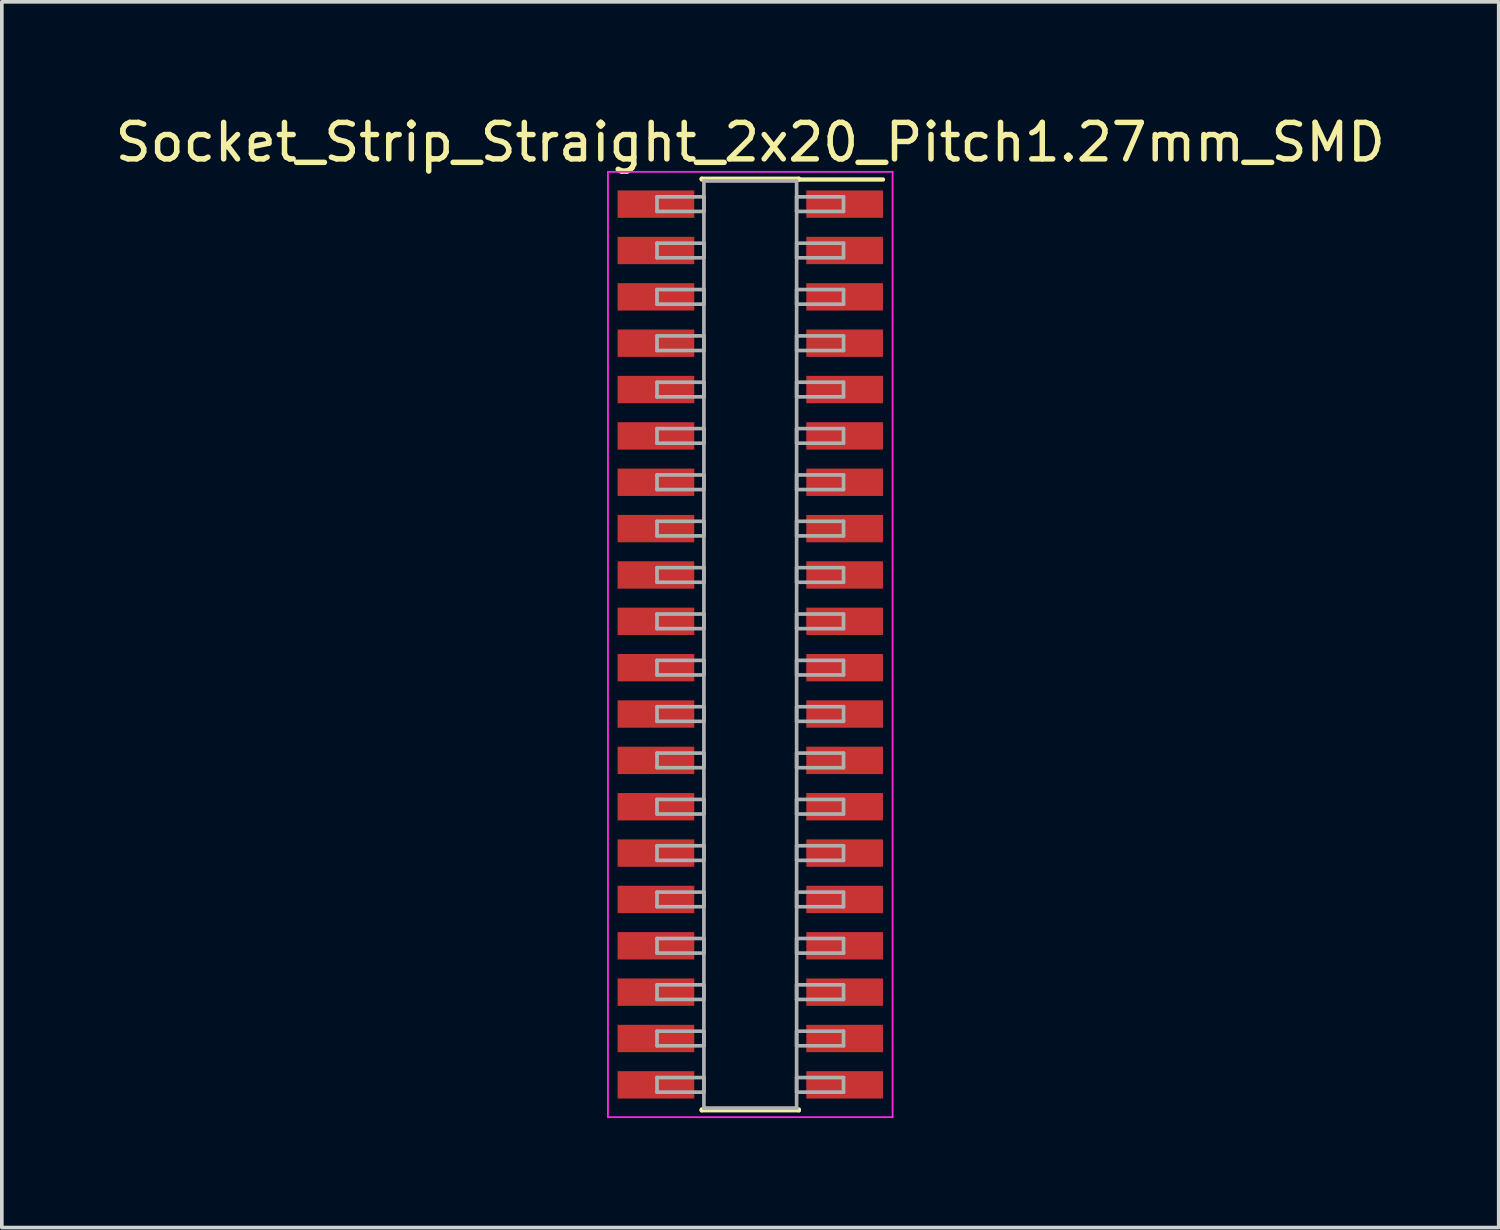
<source format=kicad_pcb>
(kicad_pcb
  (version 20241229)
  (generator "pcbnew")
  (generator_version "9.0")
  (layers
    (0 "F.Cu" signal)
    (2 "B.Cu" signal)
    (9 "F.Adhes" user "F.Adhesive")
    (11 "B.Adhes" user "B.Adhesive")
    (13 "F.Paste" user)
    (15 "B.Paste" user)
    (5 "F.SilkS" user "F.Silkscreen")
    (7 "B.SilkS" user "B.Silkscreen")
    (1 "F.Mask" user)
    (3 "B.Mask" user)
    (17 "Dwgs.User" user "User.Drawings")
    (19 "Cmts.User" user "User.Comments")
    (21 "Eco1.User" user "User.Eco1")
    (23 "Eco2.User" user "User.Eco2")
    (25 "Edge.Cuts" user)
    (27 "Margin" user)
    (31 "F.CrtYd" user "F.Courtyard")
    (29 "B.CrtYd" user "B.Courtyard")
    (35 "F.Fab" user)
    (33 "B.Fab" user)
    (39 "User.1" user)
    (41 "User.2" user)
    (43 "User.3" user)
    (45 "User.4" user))
  (footprint "Socket_Strip_Straight_2x20_Pitch1.27mm_SMD"
    (layer "F.Cu")
    (at 17.506 14.608)
    (property "Reference" "Socket_Strip_Straight_2x20_Pitch1.27mm_SMD" (at 0 -13.76 0) (layer "F.SilkS") (effects (font (size 1 1) (thickness 0.15))))
    (attr smd)
    (fp_line (start -1.33 -12.76) (end 1.33 -12.76) (stroke (width 0.12) (type solid)) (layer "F.SilkS"))
    (fp_line (start -1.33 -12.74) (end -1.33 -12.76) (stroke (width 0.12) (type solid)) (layer "F.SilkS"))
    (fp_line (start -1.33 12.74) (end -1.33 12.76) (stroke (width 0.12) (type solid)) (layer "F.SilkS"))
    (fp_line (start -1.33 12.76) (end 1.33 12.76) (stroke (width 0.12) (type solid)) (layer "F.SilkS"))
    (fp_line (start 1.33 -12.76) (end 1.33 -12.74) (stroke (width 0.12) (type solid)) (layer "F.SilkS"))
    (fp_line (start 1.33 12.76) (end 1.33 12.74) (stroke (width 0.12) (type solid)) (layer "F.SilkS"))
    (fp_line (start 3.635 -12.74) (end 1.33 -12.74) (stroke (width 0.12) (type solid)) (layer "F.SilkS"))
    (fp_line (start -3.9 -12.95) (end -3.9 12.95) (stroke (width 0.05) (type solid)) (layer "F.CrtYd"))
    (fp_line (start -3.9 12.95) (end 3.9 12.95) (stroke (width 0.05) (type solid)) (layer "F.CrtYd"))
    (fp_line (start 3.9 -12.95) (end -3.9 -12.95) (stroke (width 0.05) (type solid)) (layer "F.CrtYd"))
    (fp_line (start 3.9 12.95) (end 3.9 -12.95) (stroke (width 0.05) (type solid)) (layer "F.CrtYd"))
    (fp_line (start -2.555 -12.265) (end -1.27 -12.265) (stroke (width 0.1) (type solid)) (layer "F.Fab"))
    (fp_line (start -2.555 -11.865) (end -2.555 -12.265) (stroke (width 0.1) (type solid)) (layer "F.Fab"))
    (fp_line (start -2.555 -10.995) (end -1.27 -10.995) (stroke (width 0.1) (type solid)) (layer "F.Fab"))
    (fp_line (start -2.555 -10.595) (end -2.555 -10.995) (stroke (width 0.1) (type solid)) (layer "F.Fab"))
    (fp_line (start -2.555 -9.725) (end -1.27 -9.725) (stroke (width 0.1) (type solid)) (layer "F.Fab"))
    (fp_line (start -2.555 -9.325) (end -2.555 -9.725) (stroke (width 0.1) (type solid)) (layer "F.Fab"))
    (fp_line (start -2.555 -8.455) (end -1.27 -8.455) (stroke (width 0.1) (type solid)) (layer "F.Fab"))
    (fp_line (start -2.555 -8.055) (end -2.555 -8.455) (stroke (width 0.1) (type solid)) (layer "F.Fab"))
    (fp_line (start -2.555 -7.185) (end -1.27 -7.185) (stroke (width 0.1) (type solid)) (layer "F.Fab"))
    (fp_line (start -2.555 -6.785) (end -2.555 -7.185) (stroke (width 0.1) (type solid)) (layer "F.Fab"))
    (fp_line (start -2.555 -5.915) (end -1.27 -5.915) (stroke (width 0.1) (type solid)) (layer "F.Fab"))
    (fp_line (start -2.555 -5.515) (end -2.555 -5.915) (stroke (width 0.1) (type solid)) (layer "F.Fab"))
    (fp_line (start -2.555 -4.645) (end -1.27 -4.645) (stroke (width 0.1) (type solid)) (layer "F.Fab"))
    (fp_line (start -2.555 -4.245) (end -2.555 -4.645) (stroke (width 0.1) (type solid)) (layer "F.Fab"))
    (fp_line (start -2.555 -3.375) (end -1.27 -3.375) (stroke (width 0.1) (type solid)) (layer "F.Fab"))
    (fp_line (start -2.555 -2.975) (end -2.555 -3.375) (stroke (width 0.1) (type solid)) (layer "F.Fab"))
    (fp_line (start -2.555 -2.105) (end -1.27 -2.105) (stroke (width 0.1) (type solid)) (layer "F.Fab"))
    (fp_line (start -2.555 -1.705) (end -2.555 -2.105) (stroke (width 0.1) (type solid)) (layer "F.Fab"))
    (fp_line (start -2.555 -0.835) (end -1.27 -0.835) (stroke (width 0.1) (type solid)) (layer "F.Fab"))
    (fp_line (start -2.555 -0.435) (end -2.555 -0.835) (stroke (width 0.1) (type solid)) (layer "F.Fab"))
    (fp_line (start -2.555 0.435) (end -1.27 0.435) (stroke (width 0.1) (type solid)) (layer "F.Fab"))
    (fp_line (start -2.555 0.835) (end -2.555 0.435) (stroke (width 0.1) (type solid)) (layer "F.Fab"))
    (fp_line (start -2.555 1.705) (end -1.27 1.705) (stroke (width 0.1) (type solid)) (layer "F.Fab"))
    (fp_line (start -2.555 2.105) (end -2.555 1.705) (stroke (width 0.1) (type solid)) (layer "F.Fab"))
    (fp_line (start -2.555 2.975) (end -1.27 2.975) (stroke (width 0.1) (type solid)) (layer "F.Fab"))
    (fp_line (start -2.555 3.375) (end -2.555 2.975) (stroke (width 0.1) (type solid)) (layer "F.Fab"))
    (fp_line (start -2.555 4.245) (end -1.27 4.245) (stroke (width 0.1) (type solid)) (layer "F.Fab"))
    (fp_line (start -2.555 4.645) (end -2.555 4.245) (stroke (width 0.1) (type solid)) (layer "F.Fab"))
    (fp_line (start -2.555 5.515) (end -1.27 5.515) (stroke (width 0.1) (type solid)) (layer "F.Fab"))
    (fp_line (start -2.555 5.915) (end -2.555 5.515) (stroke (width 0.1) (type solid)) (layer "F.Fab"))
    (fp_line (start -2.555 6.785) (end -1.27 6.785) (stroke (width 0.1) (type solid)) (layer "F.Fab"))
    (fp_line (start -2.555 7.185) (end -2.555 6.785) (stroke (width 0.1) (type solid)) (layer "F.Fab"))
    (fp_line (start -2.555 8.055) (end -1.27 8.055) (stroke (width 0.1) (type solid)) (layer "F.Fab"))
    (fp_line (start -2.555 8.455) (end -2.555 8.055) (stroke (width 0.1) (type solid)) (layer "F.Fab"))
    (fp_line (start -2.555 9.325) (end -1.27 9.325) (stroke (width 0.1) (type solid)) (layer "F.Fab"))
    (fp_line (start -2.555 9.725) (end -2.555 9.325) (stroke (width 0.1) (type solid)) (layer "F.Fab"))
    (fp_line (start -2.555 10.595) (end -1.27 10.595) (stroke (width 0.1) (type solid)) (layer "F.Fab"))
    (fp_line (start -2.555 10.995) (end -2.555 10.595) (stroke (width 0.1) (type solid)) (layer "F.Fab"))
    (fp_line (start -2.555 11.865) (end -1.27 11.865) (stroke (width 0.1) (type solid)) (layer "F.Fab"))
    (fp_line (start -2.555 12.265) (end -2.555 11.865) (stroke (width 0.1) (type solid)) (layer "F.Fab"))
    (fp_line (start -1.27 -12.7) (end -1.27 12.7) (stroke (width 0.1) (type solid)) (layer "F.Fab"))
    (fp_line (start -1.27 -12.265) (end -1.27 -11.865) (stroke (width 0.1) (type solid)) (layer "F.Fab"))
    (fp_line (start -1.27 -11.865) (end -2.555 -11.865) (stroke (width 0.1) (type solid)) (layer "F.Fab"))
    (fp_line (start -1.27 -10.995) (end -1.27 -10.595) (stroke (width 0.1) (type solid)) (layer "F.Fab"))
    (fp_line (start -1.27 -10.595) (end -2.555 -10.595) (stroke (width 0.1) (type solid)) (layer "F.Fab"))
    (fp_line (start -1.27 -9.725) (end -1.27 -9.325) (stroke (width 0.1) (type solid)) (layer "F.Fab"))
    (fp_line (start -1.27 -9.325) (end -2.555 -9.325) (stroke (width 0.1) (type solid)) (layer "F.Fab"))
    (fp_line (start -1.27 -8.455) (end -1.27 -8.055) (stroke (width 0.1) (type solid)) (layer "F.Fab"))
    (fp_line (start -1.27 -8.055) (end -2.555 -8.055) (stroke (width 0.1) (type solid)) (layer "F.Fab"))
    (fp_line (start -1.27 -7.185) (end -1.27 -6.785) (stroke (width 0.1) (type solid)) (layer "F.Fab"))
    (fp_line (start -1.27 -6.785) (end -2.555 -6.785) (stroke (width 0.1) (type solid)) (layer "F.Fab"))
    (fp_line (start -1.27 -5.915) (end -1.27 -5.515) (stroke (width 0.1) (type solid)) (layer "F.Fab"))
    (fp_line (start -1.27 -5.515) (end -2.555 -5.515) (stroke (width 0.1) (type solid)) (layer "F.Fab"))
    (fp_line (start -1.27 -4.645) (end -1.27 -4.245) (stroke (width 0.1) (type solid)) (layer "F.Fab"))
    (fp_line (start -1.27 -4.245) (end -2.555 -4.245) (stroke (width 0.1) (type solid)) (layer "F.Fab"))
    (fp_line (start -1.27 -3.375) (end -1.27 -2.975) (stroke (width 0.1) (type solid)) (layer "F.Fab"))
    (fp_line (start -1.27 -2.975) (end -2.555 -2.975) (stroke (width 0.1) (type solid)) (layer "F.Fab"))
    (fp_line (start -1.27 -2.105) (end -1.27 -1.705) (stroke (width 0.1) (type solid)) (layer "F.Fab"))
    (fp_line (start -1.27 -1.705) (end -2.555 -1.705) (stroke (width 0.1) (type solid)) (layer "F.Fab"))
    (fp_line (start -1.27 -0.835) (end -1.27 -0.435) (stroke (width 0.1) (type solid)) (layer "F.Fab"))
    (fp_line (start -1.27 -0.435) (end -2.555 -0.435) (stroke (width 0.1) (type solid)) (layer "F.Fab"))
    (fp_line (start -1.27 0.435) (end -1.27 0.835) (stroke (width 0.1) (type solid)) (layer "F.Fab"))
    (fp_line (start -1.27 0.835) (end -2.555 0.835) (stroke (width 0.1) (type solid)) (layer "F.Fab"))
    (fp_line (start -1.27 1.705) (end -1.27 2.105) (stroke (width 0.1) (type solid)) (layer "F.Fab"))
    (fp_line (start -1.27 2.105) (end -2.555 2.105) (stroke (width 0.1) (type solid)) (layer "F.Fab"))
    (fp_line (start -1.27 2.975) (end -1.27 3.375) (stroke (width 0.1) (type solid)) (layer "F.Fab"))
    (fp_line (start -1.27 3.375) (end -2.555 3.375) (stroke (width 0.1) (type solid)) (layer "F.Fab"))
    (fp_line (start -1.27 4.245) (end -1.27 4.645) (stroke (width 0.1) (type solid)) (layer "F.Fab"))
    (fp_line (start -1.27 4.645) (end -2.555 4.645) (stroke (width 0.1) (type solid)) (layer "F.Fab"))
    (fp_line (start -1.27 5.515) (end -1.27 5.915) (stroke (width 0.1) (type solid)) (layer "F.Fab"))
    (fp_line (start -1.27 5.915) (end -2.555 5.915) (stroke (width 0.1) (type solid)) (layer "F.Fab"))
    (fp_line (start -1.27 6.785) (end -1.27 7.185) (stroke (width 0.1) (type solid)) (layer "F.Fab"))
    (fp_line (start -1.27 7.185) (end -2.555 7.185) (stroke (width 0.1) (type solid)) (layer "F.Fab"))
    (fp_line (start -1.27 8.055) (end -1.27 8.455) (stroke (width 0.1) (type solid)) (layer "F.Fab"))
    (fp_line (start -1.27 8.455) (end -2.555 8.455) (stroke (width 0.1) (type solid)) (layer "F.Fab"))
    (fp_line (start -1.27 9.325) (end -1.27 9.725) (stroke (width 0.1) (type solid)) (layer "F.Fab"))
    (fp_line (start -1.27 9.725) (end -2.555 9.725) (stroke (width 0.1) (type solid)) (layer "F.Fab"))
    (fp_line (start -1.27 10.595) (end -1.27 10.995) (stroke (width 0.1) (type solid)) (layer "F.Fab"))
    (fp_line (start -1.27 10.995) (end -2.555 10.995) (stroke (width 0.1) (type solid)) (layer "F.Fab"))
    (fp_line (start -1.27 11.865) (end -1.27 12.265) (stroke (width 0.1) (type solid)) (layer "F.Fab"))
    (fp_line (start -1.27 12.265) (end -2.555 12.265) (stroke (width 0.1) (type solid)) (layer "F.Fab"))
    (fp_line (start -1.27 12.7) (end 1.27 12.7) (stroke (width 0.1) (type solid)) (layer "F.Fab"))
    (fp_line (start 1.27 -12.7) (end -1.27 -12.7) (stroke (width 0.1) (type solid)) (layer "F.Fab"))
    (fp_line (start 1.27 -12.265) (end 1.27 -11.865) (stroke (width 0.1) (type solid)) (layer "F.Fab"))
    (fp_line (start 1.27 -11.865) (end 2.555 -11.865) (stroke (width 0.1) (type solid)) (layer "F.Fab"))
    (fp_line (start 1.27 -10.995) (end 1.27 -10.595) (stroke (width 0.1) (type solid)) (layer "F.Fab"))
    (fp_line (start 1.27 -10.595) (end 2.555 -10.595) (stroke (width 0.1) (type solid)) (layer "F.Fab"))
    (fp_line (start 1.27 -9.725) (end 1.27 -9.325) (stroke (width 0.1) (type solid)) (layer "F.Fab"))
    (fp_line (start 1.27 -9.325) (end 2.555 -9.325) (stroke (width 0.1) (type solid)) (layer "F.Fab"))
    (fp_line (start 1.27 -8.455) (end 1.27 -8.055) (stroke (width 0.1) (type solid)) (layer "F.Fab"))
    (fp_line (start 1.27 -8.055) (end 2.555 -8.055) (stroke (width 0.1) (type solid)) (layer "F.Fab"))
    (fp_line (start 1.27 -7.185) (end 1.27 -6.785) (stroke (width 0.1) (type solid)) (layer "F.Fab"))
    (fp_line (start 1.27 -6.785) (end 2.555 -6.785) (stroke (width 0.1) (type solid)) (layer "F.Fab"))
    (fp_line (start 1.27 -5.915) (end 1.27 -5.515) (stroke (width 0.1) (type solid)) (layer "F.Fab"))
    (fp_line (start 1.27 -5.515) (end 2.555 -5.515) (stroke (width 0.1) (type solid)) (layer "F.Fab"))
    (fp_line (start 1.27 -4.645) (end 1.27 -4.245) (stroke (width 0.1) (type solid)) (layer "F.Fab"))
    (fp_line (start 1.27 -4.245) (end 2.555 -4.245) (stroke (width 0.1) (type solid)) (layer "F.Fab"))
    (fp_line (start 1.27 -3.375) (end 1.27 -2.975) (stroke (width 0.1) (type solid)) (layer "F.Fab"))
    (fp_line (start 1.27 -2.975) (end 2.555 -2.975) (stroke (width 0.1) (type solid)) (layer "F.Fab"))
    (fp_line (start 1.27 -2.105) (end 1.27 -1.705) (stroke (width 0.1) (type solid)) (layer "F.Fab"))
    (fp_line (start 1.27 -1.705) (end 2.555 -1.705) (stroke (width 0.1) (type solid)) (layer "F.Fab"))
    (fp_line (start 1.27 -0.835) (end 1.27 -0.435) (stroke (width 0.1) (type solid)) (layer "F.Fab"))
    (fp_line (start 1.27 -0.435) (end 2.555 -0.435) (stroke (width 0.1) (type solid)) (layer "F.Fab"))
    (fp_line (start 1.27 0.435) (end 1.27 0.835) (stroke (width 0.1) (type solid)) (layer "F.Fab"))
    (fp_line (start 1.27 0.835) (end 2.555 0.835) (stroke (width 0.1) (type solid)) (layer "F.Fab"))
    (fp_line (start 1.27 1.705) (end 1.27 2.105) (stroke (width 0.1) (type solid)) (layer "F.Fab"))
    (fp_line (start 1.27 2.105) (end 2.555 2.105) (stroke (width 0.1) (type solid)) (layer "F.Fab"))
    (fp_line (start 1.27 2.975) (end 1.27 3.375) (stroke (width 0.1) (type solid)) (layer "F.Fab"))
    (fp_line (start 1.27 3.375) (end 2.555 3.375) (stroke (width 0.1) (type solid)) (layer "F.Fab"))
    (fp_line (start 1.27 4.245) (end 1.27 4.645) (stroke (width 0.1) (type solid)) (layer "F.Fab"))
    (fp_line (start 1.27 4.645) (end 2.555 4.645) (stroke (width 0.1) (type solid)) (layer "F.Fab"))
    (fp_line (start 1.27 5.515) (end 1.27 5.915) (stroke (width 0.1) (type solid)) (layer "F.Fab"))
    (fp_line (start 1.27 5.915) (end 2.555 5.915) (stroke (width 0.1) (type solid)) (layer "F.Fab"))
    (fp_line (start 1.27 6.785) (end 1.27 7.185) (stroke (width 0.1) (type solid)) (layer "F.Fab"))
    (fp_line (start 1.27 7.185) (end 2.555 7.185) (stroke (width 0.1) (type solid)) (layer "F.Fab"))
    (fp_line (start 1.27 8.055) (end 1.27 8.455) (stroke (width 0.1) (type solid)) (layer "F.Fab"))
    (fp_line (start 1.27 8.455) (end 2.555 8.455) (stroke (width 0.1) (type solid)) (layer "F.Fab"))
    (fp_line (start 1.27 9.325) (end 1.27 9.725) (stroke (width 0.1) (type solid)) (layer "F.Fab"))
    (fp_line (start 1.27 9.725) (end 2.555 9.725) (stroke (width 0.1) (type solid)) (layer "F.Fab"))
    (fp_line (start 1.27 10.595) (end 1.27 10.995) (stroke (width 0.1) (type solid)) (layer "F.Fab"))
    (fp_line (start 1.27 10.995) (end 2.555 10.995) (stroke (width 0.1) (type solid)) (layer "F.Fab"))
    (fp_line (start 1.27 11.865) (end 1.27 12.265) (stroke (width 0.1) (type solid)) (layer "F.Fab"))
    (fp_line (start 1.27 12.265) (end 2.555 12.265) (stroke (width 0.1) (type solid)) (layer "F.Fab"))
    (fp_line (start 1.27 12.7) (end 1.27 -12.7) (stroke (width 0.1) (type solid)) (layer "F.Fab"))
    (fp_line (start 2.555 -12.265) (end 1.27 -12.265) (stroke (width 0.1) (type solid)) (layer "F.Fab"))
    (fp_line (start 2.555 -11.865) (end 2.555 -12.265) (stroke (width 0.1) (type solid)) (layer "F.Fab"))
    (fp_line (start 2.555 -10.995) (end 1.27 -10.995) (stroke (width 0.1) (type solid)) (layer "F.Fab"))
    (fp_line (start 2.555 -10.595) (end 2.555 -10.995) (stroke (width 0.1) (type solid)) (layer "F.Fab"))
    (fp_line (start 2.555 -9.725) (end 1.27 -9.725) (stroke (width 0.1) (type solid)) (layer "F.Fab"))
    (fp_line (start 2.555 -9.325) (end 2.555 -9.725) (stroke (width 0.1) (type solid)) (layer "F.Fab"))
    (fp_line (start 2.555 -8.455) (end 1.27 -8.455) (stroke (width 0.1) (type solid)) (layer "F.Fab"))
    (fp_line (start 2.555 -8.055) (end 2.555 -8.455) (stroke (width 0.1) (type solid)) (layer "F.Fab"))
    (fp_line (start 2.555 -7.185) (end 1.27 -7.185) (stroke (width 0.1) (type solid)) (layer "F.Fab"))
    (fp_line (start 2.555 -6.785) (end 2.555 -7.185) (stroke (width 0.1) (type solid)) (layer "F.Fab"))
    (fp_line (start 2.555 -5.915) (end 1.27 -5.915) (stroke (width 0.1) (type solid)) (layer "F.Fab"))
    (fp_line (start 2.555 -5.515) (end 2.555 -5.915) (stroke (width 0.1) (type solid)) (layer "F.Fab"))
    (fp_line (start 2.555 -4.645) (end 1.27 -4.645) (stroke (width 0.1) (type solid)) (layer "F.Fab"))
    (fp_line (start 2.555 -4.245) (end 2.555 -4.645) (stroke (width 0.1) (type solid)) (layer "F.Fab"))
    (fp_line (start 2.555 -3.375) (end 1.27 -3.375) (stroke (width 0.1) (type solid)) (layer "F.Fab"))
    (fp_line (start 2.555 -2.975) (end 2.555 -3.375) (stroke (width 0.1) (type solid)) (layer "F.Fab"))
    (fp_line (start 2.555 -2.105) (end 1.27 -2.105) (stroke (width 0.1) (type solid)) (layer "F.Fab"))
    (fp_line (start 2.555 -1.705) (end 2.555 -2.105) (stroke (width 0.1) (type solid)) (layer "F.Fab"))
    (fp_line (start 2.555 -0.835) (end 1.27 -0.835) (stroke (width 0.1) (type solid)) (layer "F.Fab"))
    (fp_line (start 2.555 -0.435) (end 2.555 -0.835) (stroke (width 0.1) (type solid)) (layer "F.Fab"))
    (fp_line (start 2.555 0.435) (end 1.27 0.435) (stroke (width 0.1) (type solid)) (layer "F.Fab"))
    (fp_line (start 2.555 0.835) (end 2.555 0.435) (stroke (width 0.1) (type solid)) (layer "F.Fab"))
    (fp_line (start 2.555 1.705) (end 1.27 1.705) (stroke (width 0.1) (type solid)) (layer "F.Fab"))
    (fp_line (start 2.555 2.105) (end 2.555 1.705) (stroke (width 0.1) (type solid)) (layer "F.Fab"))
    (fp_line (start 2.555 2.975) (end 1.27 2.975) (stroke (width 0.1) (type solid)) (layer "F.Fab"))
    (fp_line (start 2.555 3.375) (end 2.555 2.975) (stroke (width 0.1) (type solid)) (layer "F.Fab"))
    (fp_line (start 2.555 4.245) (end 1.27 4.245) (stroke (width 0.1) (type solid)) (layer "F.Fab"))
    (fp_line (start 2.555 4.645) (end 2.555 4.245) (stroke (width 0.1) (type solid)) (layer "F.Fab"))
    (fp_line (start 2.555 5.515) (end 1.27 5.515) (stroke (width 0.1) (type solid)) (layer "F.Fab"))
    (fp_line (start 2.555 5.915) (end 2.555 5.515) (stroke (width 0.1) (type solid)) (layer "F.Fab"))
    (fp_line (start 2.555 6.785) (end 1.27 6.785) (stroke (width 0.1) (type solid)) (layer "F.Fab"))
    (fp_line (start 2.555 7.185) (end 2.555 6.785) (stroke (width 0.1) (type solid)) (layer "F.Fab"))
    (fp_line (start 2.555 8.055) (end 1.27 8.055) (stroke (width 0.1) (type solid)) (layer "F.Fab"))
    (fp_line (start 2.555 8.455) (end 2.555 8.055) (stroke (width 0.1) (type solid)) (layer "F.Fab"))
    (fp_line (start 2.555 9.325) (end 1.27 9.325) (stroke (width 0.1) (type solid)) (layer "F.Fab"))
    (fp_line (start 2.555 9.725) (end 2.555 9.325) (stroke (width 0.1) (type solid)) (layer "F.Fab"))
    (fp_line (start 2.555 10.595) (end 1.27 10.595) (stroke (width 0.1) (type solid)) (layer "F.Fab"))
    (fp_line (start 2.555 10.995) (end 2.555 10.595) (stroke (width 0.1) (type solid)) (layer "F.Fab"))
    (fp_line (start 2.555 11.865) (end 1.27 11.865) (stroke (width 0.1) (type solid)) (layer "F.Fab"))
    (fp_line (start 2.555 12.265) (end 2.555 11.865) (stroke (width 0.1) (type solid)) (layer "F.Fab"))
    (pad "1" smd rect (at 2.585 -12.065) (size 2.1 0.75) (layers "F.Cu" "F.Mask"))
    (pad "2" smd rect (at -2.585 -12.065) (size 2.1 0.75) (layers "F.Cu" "F.Mask"))
    (pad "3" smd rect (at 2.585 -10.795) (size 2.1 0.75) (layers "F.Cu" "F.Mask"))
    (pad "4" smd rect (at -2.585 -10.795) (size 2.1 0.75) (layers "F.Cu" "F.Mask"))
    (pad "5" smd rect (at 2.585 -9.525) (size 2.1 0.75) (layers "F.Cu" "F.Mask"))
    (pad "6" smd rect (at -2.585 -9.525) (size 2.1 0.75) (layers "F.Cu" "F.Mask"))
    (pad "7" smd rect (at 2.585 -8.255) (size 2.1 0.75) (layers "F.Cu" "F.Mask"))
    (pad "8" smd rect (at -2.585 -8.255) (size 2.1 0.75) (layers "F.Cu" "F.Mask"))
    (pad "9" smd rect (at 2.585 -6.985) (size 2.1 0.75) (layers "F.Cu" "F.Mask"))
    (pad "10" smd rect (at -2.585 -6.985) (size 2.1 0.75) (layers "F.Cu" "F.Mask"))
    (pad "11" smd rect (at 2.585 -5.715) (size 2.1 0.75) (layers "F.Cu" "F.Mask"))
    (pad "12" smd rect (at -2.585 -5.715) (size 2.1 0.75) (layers "F.Cu" "F.Mask"))
    (pad "13" smd rect (at 2.585 -4.445) (size 2.1 0.75) (layers "F.Cu" "F.Mask"))
    (pad "14" smd rect (at -2.585 -4.445) (size 2.1 0.75) (layers "F.Cu" "F.Mask"))
    (pad "15" smd rect (at 2.585 -3.175) (size 2.1 0.75) (layers "F.Cu" "F.Mask"))
    (pad "16" smd rect (at -2.585 -3.175) (size 2.1 0.75) (layers "F.Cu" "F.Mask"))
    (pad "17" smd rect (at 2.585 -1.905) (size 2.1 0.75) (layers "F.Cu" "F.Mask"))
    (pad "18" smd rect (at -2.585 -1.905) (size 2.1 0.75) (layers "F.Cu" "F.Mask"))
    (pad "19" smd rect (at 2.585 -0.635) (size 2.1 0.75) (layers "F.Cu" "F.Mask"))
    (pad "20" smd rect (at -2.585 -0.635) (size 2.1 0.75) (layers "F.Cu" "F.Mask"))
    (pad "21" smd rect (at 2.585 0.635) (size 2.1 0.75) (layers "F.Cu" "F.Mask"))
    (pad "22" smd rect (at -2.585 0.635) (size 2.1 0.75) (layers "F.Cu" "F.Mask"))
    (pad "23" smd rect (at 2.585 1.905) (size 2.1 0.75) (layers "F.Cu" "F.Mask"))
    (pad "24" smd rect (at -2.585 1.905) (size 2.1 0.75) (layers "F.Cu" "F.Mask"))
    (pad "25" smd rect (at 2.585 3.175) (size 2.1 0.75) (layers "F.Cu" "F.Mask"))
    (pad "26" smd rect (at -2.585 3.175) (size 2.1 0.75) (layers "F.Cu" "F.Mask"))
    (pad "27" smd rect (at 2.585 4.445) (size 2.1 0.75) (layers "F.Cu" "F.Mask"))
    (pad "28" smd rect (at -2.585 4.445) (size 2.1 0.75) (layers "F.Cu" "F.Mask"))
    (pad "29" smd rect (at 2.585 5.715) (size 2.1 0.75) (layers "F.Cu" "F.Mask"))
    (pad "30" smd rect (at -2.585 5.715) (size 2.1 0.75) (layers "F.Cu" "F.Mask"))
    (pad "31" smd rect (at 2.585 6.985) (size 2.1 0.75) (layers "F.Cu" "F.Mask"))
    (pad "32" smd rect (at -2.585 6.985) (size 2.1 0.75) (layers "F.Cu" "F.Mask"))
    (pad "33" smd rect (at 2.585 8.255) (size 2.1 0.75) (layers "F.Cu" "F.Mask"))
    (pad "34" smd rect (at -2.585 8.255) (size 2.1 0.75) (layers "F.Cu" "F.Mask"))
    (pad "35" smd rect (at 2.585 9.525) (size 2.1 0.75) (layers "F.Cu" "F.Mask"))
    (pad "36" smd rect (at -2.585 9.525) (size 2.1 0.75) (layers "F.Cu" "F.Mask"))
    (pad "37" smd rect (at 2.585 10.795) (size 2.1 0.75) (layers "F.Cu" "F.Mask"))
    (pad "38" smd rect (at -2.585 10.795) (size 2.1 0.75) (layers "F.Cu" "F.Mask"))
    (pad "39" smd rect (at 2.585 12.065) (size 2.1 0.75) (layers "F.Cu" "F.Mask"))
    (pad "40" smd rect (at -2.585 12.065) (size 2.1 0.75) (layers "F.Cu" "F.Mask")))
  (gr_rect
    (start -3 -3)
    (end 38.012 30.583)
    (stroke (width 0.1) (type default))
    (fill no)
    (layer "Edge.Cuts")))
</source>
